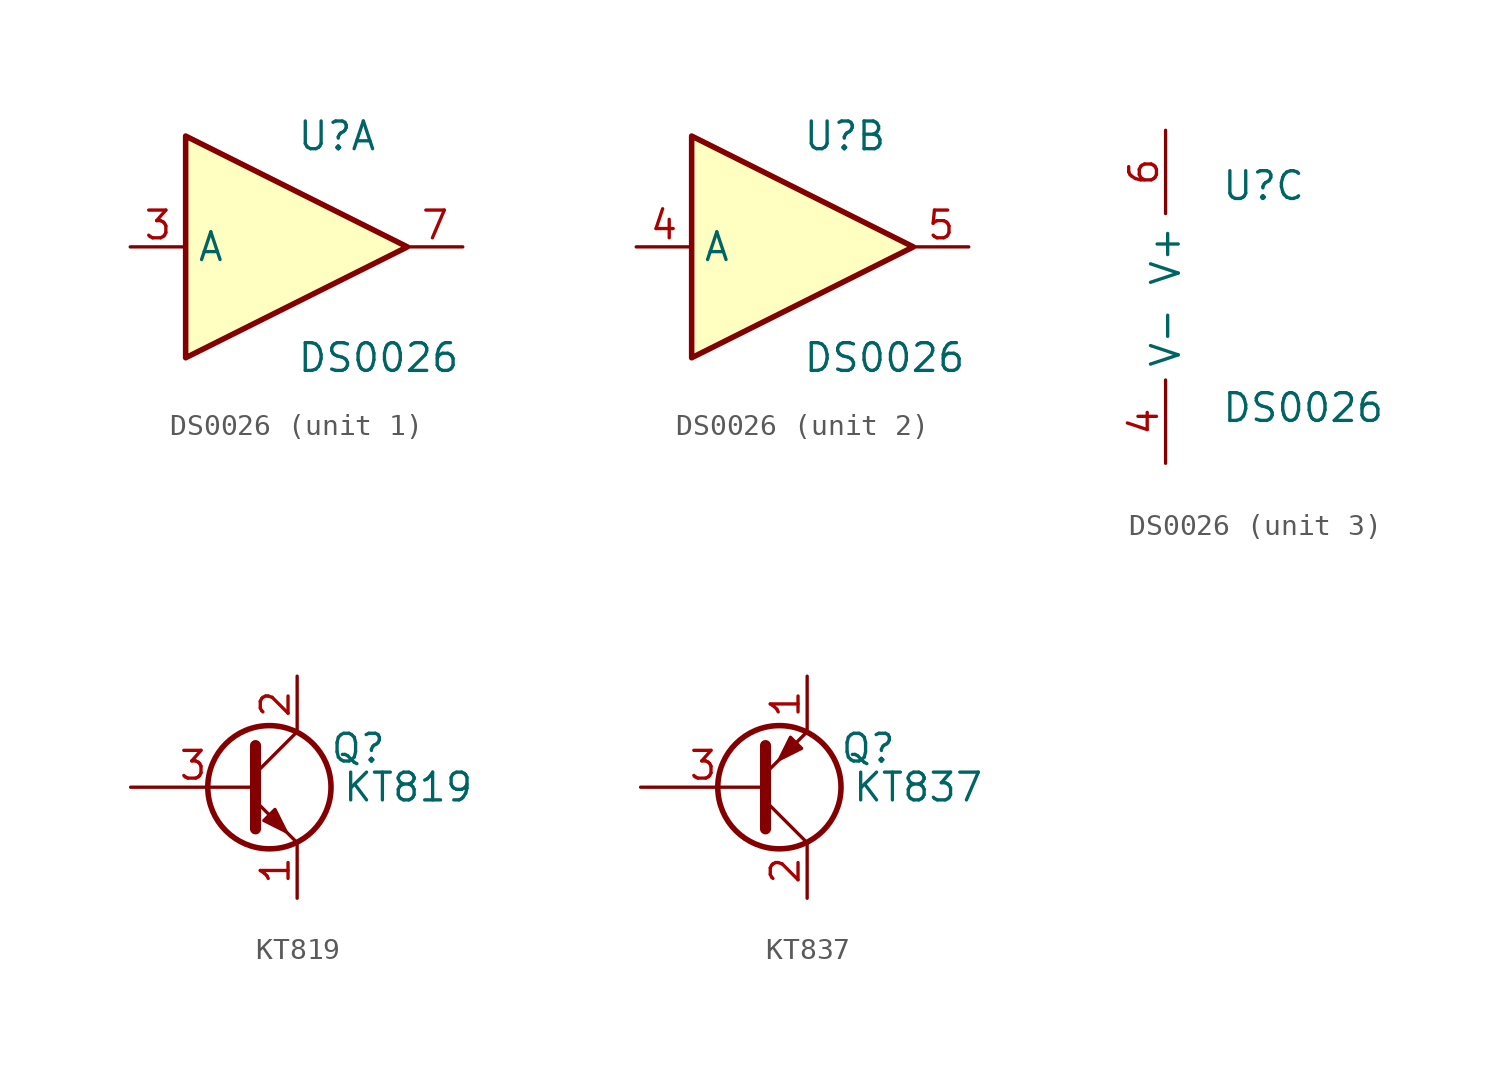
<source format=kicad_sym>
(kicad_symbol_lib
  (version 20211014)
  (generator kicad_symbol_editor)
  (symbol "DS0026"
    (property "Reference" "U"
      (at 0 5.08 0)
      (effects (font (size 1.27 1.27)) (justify left)))
    (property "Value" "DS0026"
      (at 0 -5.08 0)
      (effects (font (size 1.27 1.27)) (justify left)))
    (property "ki_locked" ""
      (at 0 0 0)
      (effects (font (size 1.27 1.27))))
    (symbol "DS0026_1_1"
      (polyline (pts (xy -5.08 5.08) (xy 5.08 0) (xy -5.08 -5.08) (xy -5.08 5.08)) (stroke (width 0.254) (type default) (color 0 0 0 0)) (fill (type background)))
      (pin input line (at -7.62 0 0) (length 2.54) (name "A" (effects (font (size 1.27 1.27)))) (number "3" (effects (font (size 1.27 1.27)))))
      (pin output line (at 7.62 0 180) (length 2.54) (name "~" (effects (font (size 1.27 1.27)))) (number "7" (effects (font (size 1.27 1.27))))))
    (symbol "DS0026_2_1"
      (polyline (pts (xy -5.08 5.08) (xy 5.08 0) (xy -5.08 -5.08) (xy -5.08 5.08)) (stroke (width 0.254) (type default) (color 0 0 0 0)) (fill (type background)))
      (pin input line (at -7.62 0 0) (length 2.54) (name "A" (effects (font (size 1.27 1.27)))) (number "4" (effects (font (size 1.27 1.27)))))
      (pin output line (at 7.62 0 180) (length 2.54) (name "~" (effects (font (size 1.27 1.27)))) (number "5" (effects (font (size 1.27 1.27))))))
    (symbol "DS0026_3_1"
      (pin power_in line (at -2.54 -7.62 90) (length 3.81) (name "V-" (effects (font (size 1.27 1.27)))) (number "4" (effects (font (size 1.27 1.27)))))
      (pin power_in line (at -2.54 7.62 270) (length 3.81) (name "V+" (effects (font (size 1.27 1.27)))) (number "6" (effects (font (size 1.27 1.27)))))))
  (symbol "КТ819"
    (property "Reference" "Q"
      (at 24.384 1.778 0)
      (effects (font (size 1.27 1.27))))
    (property "Value" "КТ819"
      (at 26.67 0 0)
      (effects (font (size 1.27 1.27))))
    (symbol "КТ819_0_1"
      (polyline (pts (xy 19.685 0.635) (xy 21.59 2.54)) (stroke (width 0) (type default) (color 0 0 0 0)) (fill (type none)))
      (polyline (pts (xy 19.685 -0.635) (xy 21.59 -2.54) (xy 21.59 -2.54)) (stroke (width 0) (type default) (color 0 0 0 0)) (fill (type none)))
      (polyline (pts (xy 19.685 1.905) (xy 19.685 -1.905) (xy 19.685 -1.905)) (stroke (width 0.508) (type default) (color 0 0 0 0)) (fill (type none)))
      (polyline (pts (xy 20.066 -1.524) (xy 20.574 -1.016) (xy 21.082 -2.032) (xy 20.066 -1.524) (xy 20.066 -1.524)) (stroke (width 0) (type default) (color 0 0 0 0)) (fill (type outline)))
      (circle (center 20.32 0) (radius 2.819) (stroke (width 0.254) (type default) (color 0 0 0 0)) (fill (type none))))
    (symbol "КТ819_1_1"
      (pin passive line (at 21.59 -5.08 90) (length 2.54) (name "" (effects (font (size 1.27 1.27)))) (number "1" (effects (font (size 1.27 1.27)))))
      (pin passive line (at 21.59 5.08 270) (length 2.54) (name "" (effects (font (size 1.27 1.27)))) (number "2" (effects (font (size 1.27 1.27)))))
      (pin input line (at 13.97 0 0) (length 5.715) (name "" (effects (font (size 1.27 1.27)))) (number "3" (effects (font (size 1.27 1.27)))))))
  (symbol "КТ837"
    (property "Reference" "Q"
      (at 24.384 1.778 0)
      (effects (font (size 1.27 1.27))))
    (property "Value" "КТ837"
      (at 26.67 0 0)
      (effects (font (size 1.27 1.27))))
    (symbol "КТ837_0_1"
      (polyline (pts (xy 19.685 0.635) (xy 21.59 2.54)) (stroke (width 0) (type default) (color 0 0 0 0)) (fill (type none)))
      (polyline (pts (xy 19.685 -0.635) (xy 21.59 -2.54) (xy 21.59 -2.54)) (stroke (width 0) (type default) (color 0 0 0 0)) (fill (type none)))
      (polyline (pts (xy 19.685 1.905) (xy 19.685 -1.905) (xy 19.685 -1.905)) (stroke (width 0.508) (type default) (color 0 0 0 0)) (fill (type none)))
      (polyline (pts (xy 20.828 2.286) (xy 21.336 1.778) (xy 20.32 1.27) (xy 20.828 2.286) (xy 20.828 2.286)) (stroke (width 0) (type default) (color 0 0 0 0)) (fill (type outline)))
      (circle (center 20.32 0) (radius 2.819) (stroke (width 0.254) (type default) (color 0 0 0 0)) (fill (type none))))
    (symbol "КТ837_1_1"
      (pin passive line (at 21.59 5.08 270) (length 2.54) (name "" (effects (font (size 1.27 1.27)))) (number "1" (effects (font (size 1.27 1.27)))))
      (pin passive line (at 21.59 -5.08 90) (length 2.54) (name "" (effects (font (size 1.27 1.27)))) (number "2" (effects (font (size 1.27 1.27)))))
      (pin input line (at 13.97 0 0) (length 5.715) (name "" (effects (font (size 1.27 1.27)))) (number "3" (effects (font (size 1.27 1.27))))))))
</source>
